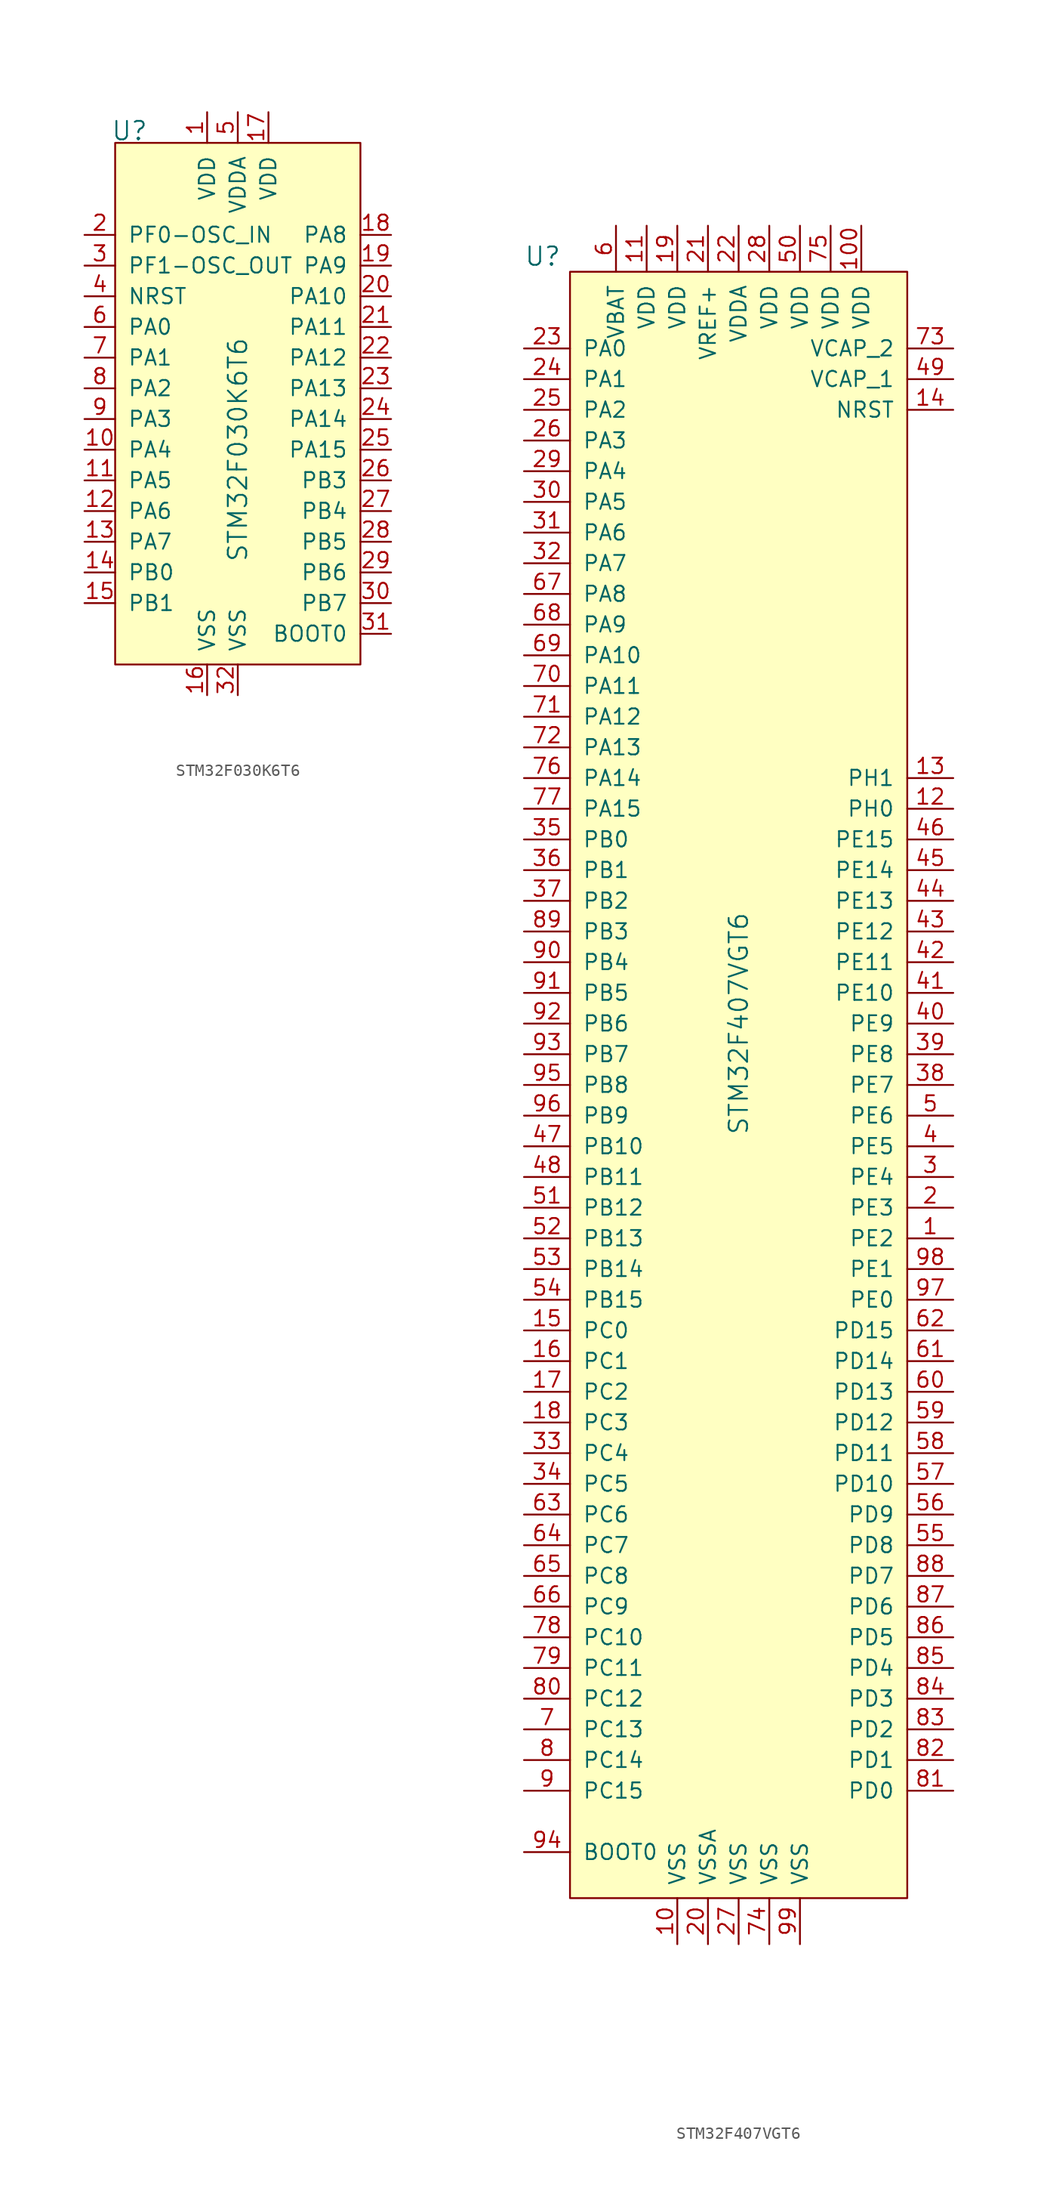
<source format=kicad_sym>
(kicad_symbol_lib
  (version 20220914)
  (generator kicad_symbol_editor)
  (symbol "STM32F030K6T6"
    (pin_names
      (offset 1.016))
    (property "Reference" "U"
      (at -8.966 18.771 0)
      (effects (font (size 1.524 1.524))))
    (property "Value" "STM32F030K6T6"
      (at 0 -7.62 90)
      (effects (font (size 1.524 1.524))))
    (symbol "STM32F030K6T6_0_1"
      (rectangle (start -10.16 17.78) (end 10.16 -25.4) (stroke (width 0) (type solid)) (fill (type background))))
    (symbol "STM32F030K6T6_1_1"
      (pin power_in line (at -2.54 20.32 270) (length 2.54) (name "VDD" (effects (font (size 1.27 1.27)))) (number "1" (effects (font (size 1.27 1.27)))))
      (pin bidirectional line (at -12.7 -7.62 0) (length 2.54) (name "PA4" (effects (font (size 1.27 1.27)))) (number "10" (effects (font (size 1.27 1.27)))))
      (pin bidirectional line (at -12.7 -10.16 0) (length 2.54) (name "PA5" (effects (font (size 1.27 1.27)))) (number "11" (effects (font (size 1.27 1.27)))))
      (pin bidirectional line (at -12.7 -12.7 0) (length 2.54) (name "PA6" (effects (font (size 1.27 1.27)))) (number "12" (effects (font (size 1.27 1.27)))))
      (pin bidirectional line (at -12.7 -15.24 0) (length 2.54) (name "PA7" (effects (font (size 1.27 1.27)))) (number "13" (effects (font (size 1.27 1.27)))))
      (pin bidirectional line (at -12.7 -17.78 0) (length 2.54) (name "PB0" (effects (font (size 1.27 1.27)))) (number "14" (effects (font (size 1.27 1.27)))))
      (pin bidirectional line (at -12.7 -20.32 0) (length 2.54) (name "PB1" (effects (font (size 1.27 1.27)))) (number "15" (effects (font (size 1.27 1.27)))))
      (pin power_in line (at -2.54 -27.94 90) (length 2.54) (name "VSS" (effects (font (size 1.27 1.27)))) (number "16" (effects (font (size 1.27 1.27)))))
      (pin power_in line (at 2.54 20.32 270) (length 2.54) (name "VDD" (effects (font (size 1.27 1.27)))) (number "17" (effects (font (size 1.27 1.27)))))
      (pin bidirectional line (at 12.7 10.16 180) (length 2.54) (name "PA8" (effects (font (size 1.27 1.27)))) (number "18" (effects (font (size 1.27 1.27)))))
      (pin bidirectional line (at 12.7 7.62 180) (length 2.54) (name "PA9" (effects (font (size 1.27 1.27)))) (number "19" (effects (font (size 1.27 1.27)))))
      (pin bidirectional line (at -12.7 10.16 0) (length 2.54) (name "PF0-OSC_IN" (effects (font (size 1.27 1.27)))) (number "2" (effects (font (size 1.27 1.27)))))
      (pin bidirectional line (at 12.7 5.08 180) (length 2.54) (name "PA10" (effects (font (size 1.27 1.27)))) (number "20" (effects (font (size 1.27 1.27)))))
      (pin bidirectional line (at 12.7 2.54 180) (length 2.54) (name "PA11" (effects (font (size 1.27 1.27)))) (number "21" (effects (font (size 1.27 1.27)))))
      (pin bidirectional line (at 12.7 0 180) (length 2.54) (name "PA12" (effects (font (size 1.27 1.27)))) (number "22" (effects (font (size 1.27 1.27)))))
      (pin bidirectional line (at 12.7 -2.54 180) (length 2.54) (name "PA13" (effects (font (size 1.27 1.27)))) (number "23" (effects (font (size 1.27 1.27)))))
      (pin bidirectional line (at 12.7 -5.08 180) (length 2.54) (name "PA14" (effects (font (size 1.27 1.27)))) (number "24" (effects (font (size 1.27 1.27)))))
      (pin bidirectional line (at 12.7 -7.62 180) (length 2.54) (name "PA15" (effects (font (size 1.27 1.27)))) (number "25" (effects (font (size 1.27 1.27)))))
      (pin bidirectional line (at 12.7 -10.16 180) (length 2.54) (name "PB3" (effects (font (size 1.27 1.27)))) (number "26" (effects (font (size 1.27 1.27)))))
      (pin bidirectional line (at 12.7 -12.7 180) (length 2.54) (name "PB4" (effects (font (size 1.27 1.27)))) (number "27" (effects (font (size 1.27 1.27)))))
      (pin bidirectional line (at 12.7 -15.24 180) (length 2.54) (name "PB5" (effects (font (size 1.27 1.27)))) (number "28" (effects (font (size 1.27 1.27)))))
      (pin bidirectional line (at 12.7 -17.78 180) (length 2.54) (name "PB6" (effects (font (size 1.27 1.27)))) (number "29" (effects (font (size 1.27 1.27)))))
      (pin bidirectional line (at -12.7 7.62 0) (length 2.54) (name "PF1-OSC_OUT" (effects (font (size 1.27 1.27)))) (number "3" (effects (font (size 1.27 1.27)))))
      (pin bidirectional line (at 12.7 -20.32 180) (length 2.54) (name "PB7" (effects (font (size 1.27 1.27)))) (number "30" (effects (font (size 1.27 1.27)))))
      (pin bidirectional line (at 12.7 -22.86 180) (length 2.54) (name "BOOT0" (effects (font (size 1.27 1.27)))) (number "31" (effects (font (size 1.27 1.27)))))
      (pin power_in line (at 0 -27.94 90) (length 2.54) (name "VSS" (effects (font (size 1.27 1.27)))) (number "32" (effects (font (size 1.27 1.27)))))
      (pin bidirectional line (at -12.7 5.08 0) (length 2.54) (name "NRST" (effects (font (size 1.27 1.27)))) (number "4" (effects (font (size 1.27 1.27)))))
      (pin power_in line (at 0 20.32 270) (length 2.54) (name "VDDA" (effects (font (size 1.27 1.27)))) (number "5" (effects (font (size 1.27 1.27)))))
      (pin bidirectional line (at -12.7 2.54 0) (length 2.54) (name "PA0" (effects (font (size 1.27 1.27)))) (number "6" (effects (font (size 1.27 1.27)))))
      (pin bidirectional line (at -12.7 0 0) (length 2.54) (name "PA1" (effects (font (size 1.27 1.27)))) (number "7" (effects (font (size 1.27 1.27)))))
      (pin bidirectional line (at -12.7 -2.54 0) (length 2.54) (name "PA2" (effects (font (size 1.27 1.27)))) (number "8" (effects (font (size 1.27 1.27)))))
      (pin bidirectional line (at -12.7 -5.08 0) (length 2.54) (name "PA3" (effects (font (size 1.27 1.27)))) (number "9" (effects (font (size 1.27 1.27)))))))
  (symbol "STM32F407VGT6"
    (pin_names
      (offset 1.016))
    (property "Reference" "U"
      (at -17.78 60.96 0)
      (effects (font (size 1.524 1.524)) (justify left)))
    (property "Value" "STM32F407VGT6"
      (at 0 -2.54 90)
      (effects (font (size 1.524 1.524))))
    (symbol "STM32F407VGT6_0_1"
      (rectangle (start -13.97 59.69) (end 13.97 -74.93) (stroke (width 0) (type solid)) (fill (type background))))
    (symbol "STM32F407VGT6_1_1"
      (pin bidirectional line (at 17.78 -20.32 180) (length 3.81) (name "PE2" (effects (font (size 1.27 1.27)))) (number "1" (effects (font (size 1.27 1.27)))))
      (pin power_in line (at -5.08 -78.74 90) (length 3.81) (name "VSS" (effects (font (size 1.27 1.27)))) (number "10" (effects (font (size 1.27 1.27)))))
      (pin power_in line (at 10.16 63.5 270) (length 3.81) (name "VDD" (effects (font (size 1.27 1.27)))) (number "100" (effects (font (size 1.27 1.27)))))
      (pin power_in line (at -7.62 63.5 270) (length 3.81) (name "VDD" (effects (font (size 1.27 1.27)))) (number "11" (effects (font (size 1.27 1.27)))))
      (pin bidirectional line (at 17.78 15.24 180) (length 3.81) (name "PH0" (effects (font (size 1.27 1.27)))) (number "12" (effects (font (size 1.27 1.27)))))
      (pin bidirectional line (at 17.78 17.78 180) (length 3.81) (name "PH1" (effects (font (size 1.27 1.27)))) (number "13" (effects (font (size 1.27 1.27)))))
      (pin bidirectional line (at 17.78 48.26 180) (length 3.81) (name "NRST" (effects (font (size 1.27 1.27)))) (number "14" (effects (font (size 1.27 1.27)))))
      (pin bidirectional line (at -17.78 -27.94 0) (length 3.81) (name "PC0" (effects (font (size 1.27 1.27)))) (number "15" (effects (font (size 1.27 1.27)))))
      (pin bidirectional line (at -17.78 -30.48 0) (length 3.81) (name "PC1" (effects (font (size 1.27 1.27)))) (number "16" (effects (font (size 1.27 1.27)))))
      (pin bidirectional line (at -17.78 -33.02 0) (length 3.81) (name "PC2" (effects (font (size 1.27 1.27)))) (number "17" (effects (font (size 1.27 1.27)))))
      (pin bidirectional line (at -17.78 -35.56 0) (length 3.81) (name "PC3" (effects (font (size 1.27 1.27)))) (number "18" (effects (font (size 1.27 1.27)))))
      (pin power_in line (at -5.08 63.5 270) (length 3.81) (name "VDD" (effects (font (size 1.27 1.27)))) (number "19" (effects (font (size 1.27 1.27)))))
      (pin bidirectional line (at 17.78 -17.78 180) (length 3.81) (name "PE3" (effects (font (size 1.27 1.27)))) (number "2" (effects (font (size 1.27 1.27)))))
      (pin power_in line (at -2.54 -78.74 90) (length 3.81) (name "VSSA" (effects (font (size 1.27 1.27)))) (number "20" (effects (font (size 1.27 1.27)))))
      (pin power_in line (at -2.54 63.5 270) (length 3.81) (name "VREF+" (effects (font (size 1.27 1.27)))) (number "21" (effects (font (size 1.27 1.27)))))
      (pin power_in line (at 0 63.5 270) (length 3.81) (name "VDDA" (effects (font (size 1.27 1.27)))) (number "22" (effects (font (size 1.27 1.27)))))
      (pin bidirectional line (at -17.78 53.34 0) (length 3.81) (name "PA0" (effects (font (size 1.27 1.27)))) (number "23" (effects (font (size 1.27 1.27)))))
      (pin bidirectional line (at -17.78 50.8 0) (length 3.81) (name "PA1" (effects (font (size 1.27 1.27)))) (number "24" (effects (font (size 1.27 1.27)))))
      (pin bidirectional line (at -17.78 48.26 0) (length 3.81) (name "PA2" (effects (font (size 1.27 1.27)))) (number "25" (effects (font (size 1.27 1.27)))))
      (pin bidirectional line (at -17.78 45.72 0) (length 3.81) (name "PA3" (effects (font (size 1.27 1.27)))) (number "26" (effects (font (size 1.27 1.27)))))
      (pin power_in line (at 0 -78.74 90) (length 3.81) (name "VSS" (effects (font (size 1.27 1.27)))) (number "27" (effects (font (size 1.27 1.27)))))
      (pin power_in line (at 2.54 63.5 270) (length 3.81) (name "VDD" (effects (font (size 1.27 1.27)))) (number "28" (effects (font (size 1.27 1.27)))))
      (pin bidirectional line (at -17.78 43.18 0) (length 3.81) (name "PA4" (effects (font (size 1.27 1.27)))) (number "29" (effects (font (size 1.27 1.27)))))
      (pin bidirectional line (at 17.78 -15.24 180) (length 3.81) (name "PE4" (effects (font (size 1.27 1.27)))) (number "3" (effects (font (size 1.27 1.27)))))
      (pin bidirectional line (at -17.78 40.64 0) (length 3.81) (name "PA5" (effects (font (size 1.27 1.27)))) (number "30" (effects (font (size 1.27 1.27)))))
      (pin bidirectional line (at -17.78 38.1 0) (length 3.81) (name "PA6" (effects (font (size 1.27 1.27)))) (number "31" (effects (font (size 1.27 1.27)))))
      (pin bidirectional line (at -17.78 35.56 0) (length 3.81) (name "PA7" (effects (font (size 1.27 1.27)))) (number "32" (effects (font (size 1.27 1.27)))))
      (pin bidirectional line (at -17.78 -38.1 0) (length 3.81) (name "PC4" (effects (font (size 1.27 1.27)))) (number "33" (effects (font (size 1.27 1.27)))))
      (pin bidirectional line (at -17.78 -40.64 0) (length 3.81) (name "PC5" (effects (font (size 1.27 1.27)))) (number "34" (effects (font (size 1.27 1.27)))))
      (pin bidirectional line (at -17.78 12.7 0) (length 3.81) (name "PB0" (effects (font (size 1.27 1.27)))) (number "35" (effects (font (size 1.27 1.27)))))
      (pin bidirectional line (at -17.78 10.16 0) (length 3.81) (name "PB1" (effects (font (size 1.27 1.27)))) (number "36" (effects (font (size 1.27 1.27)))))
      (pin bidirectional line (at -17.78 7.62 0) (length 3.81) (name "PB2" (effects (font (size 1.27 1.27)))) (number "37" (effects (font (size 1.27 1.27)))))
      (pin bidirectional line (at 17.78 -7.62 180) (length 3.81) (name "PE7" (effects (font (size 1.27 1.27)))) (number "38" (effects (font (size 1.27 1.27)))))
      (pin bidirectional line (at 17.78 -5.08 180) (length 3.81) (name "PE8" (effects (font (size 1.27 1.27)))) (number "39" (effects (font (size 1.27 1.27)))))
      (pin bidirectional line (at 17.78 -12.7 180) (length 3.81) (name "PE5" (effects (font (size 1.27 1.27)))) (number "4" (effects (font (size 1.27 1.27)))))
      (pin bidirectional line (at 17.78 -2.54 180) (length 3.81) (name "PE9" (effects (font (size 1.27 1.27)))) (number "40" (effects (font (size 1.27 1.27)))))
      (pin bidirectional line (at 17.78 0 180) (length 3.81) (name "PE10" (effects (font (size 1.27 1.27)))) (number "41" (effects (font (size 1.27 1.27)))))
      (pin bidirectional line (at 17.78 2.54 180) (length 3.81) (name "PE11" (effects (font (size 1.27 1.27)))) (number "42" (effects (font (size 1.27 1.27)))))
      (pin bidirectional line (at 17.78 5.08 180) (length 3.81) (name "PE12" (effects (font (size 1.27 1.27)))) (number "43" (effects (font (size 1.27 1.27)))))
      (pin bidirectional line (at 17.78 7.62 180) (length 3.81) (name "PE13" (effects (font (size 1.27 1.27)))) (number "44" (effects (font (size 1.27 1.27)))))
      (pin bidirectional line (at 17.78 10.16 180) (length 3.81) (name "PE14" (effects (font (size 1.27 1.27)))) (number "45" (effects (font (size 1.27 1.27)))))
      (pin bidirectional line (at 17.78 12.7 180) (length 3.81) (name "PE15" (effects (font (size 1.27 1.27)))) (number "46" (effects (font (size 1.27 1.27)))))
      (pin bidirectional line (at -17.78 -12.7 0) (length 3.81) (name "PB10" (effects (font (size 1.27 1.27)))) (number "47" (effects (font (size 1.27 1.27)))))
      (pin bidirectional line (at -17.78 -15.24 0) (length 3.81) (name "PB11" (effects (font (size 1.27 1.27)))) (number "48" (effects (font (size 1.27 1.27)))))
      (pin passive line (at 17.78 50.8 180) (length 3.81) (name "VCAP_1" (effects (font (size 1.27 1.27)))) (number "49" (effects (font (size 1.27 1.27)))))
      (pin bidirectional line (at 17.78 -10.16 180) (length 3.81) (name "PE6" (effects (font (size 1.27 1.27)))) (number "5" (effects (font (size 1.27 1.27)))))
      (pin power_in line (at 5.08 63.5 270) (length 3.81) (name "VDD" (effects (font (size 1.27 1.27)))) (number "50" (effects (font (size 1.27 1.27)))))
      (pin bidirectional line (at -17.78 -17.78 0) (length 3.81) (name "PB12" (effects (font (size 1.27 1.27)))) (number "51" (effects (font (size 1.27 1.27)))))
      (pin bidirectional line (at -17.78 -20.32 0) (length 3.81) (name "PB13" (effects (font (size 1.27 1.27)))) (number "52" (effects (font (size 1.27 1.27)))))
      (pin bidirectional line (at -17.78 -22.86 0) (length 3.81) (name "PB14" (effects (font (size 1.27 1.27)))) (number "53" (effects (font (size 1.27 1.27)))))
      (pin bidirectional line (at -17.78 -25.4 0) (length 3.81) (name "PB15" (effects (font (size 1.27 1.27)))) (number "54" (effects (font (size 1.27 1.27)))))
      (pin bidirectional line (at 17.78 -45.72 180) (length 3.81) (name "PD8" (effects (font (size 1.27 1.27)))) (number "55" (effects (font (size 1.27 1.27)))))
      (pin bidirectional line (at 17.78 -43.18 180) (length 3.81) (name "PD9" (effects (font (size 1.27 1.27)))) (number "56" (effects (font (size 1.27 1.27)))))
      (pin bidirectional line (at 17.78 -40.64 180) (length 3.81) (name "PD10" (effects (font (size 1.27 1.27)))) (number "57" (effects (font (size 1.27 1.27)))))
      (pin bidirectional line (at 17.78 -38.1 180) (length 3.81) (name "PD11" (effects (font (size 1.27 1.27)))) (number "58" (effects (font (size 1.27 1.27)))))
      (pin bidirectional line (at 17.78 -35.56 180) (length 3.81) (name "PD12" (effects (font (size 1.27 1.27)))) (number "59" (effects (font (size 1.27 1.27)))))
      (pin power_in line (at -10.16 63.5 270) (length 3.81) (name "VBAT" (effects (font (size 1.27 1.27)))) (number "6" (effects (font (size 1.27 1.27)))))
      (pin bidirectional line (at 17.78 -33.02 180) (length 3.81) (name "PD13" (effects (font (size 1.27 1.27)))) (number "60" (effects (font (size 1.27 1.27)))))
      (pin bidirectional line (at 17.78 -30.48 180) (length 3.81) (name "PD14" (effects (font (size 1.27 1.27)))) (number "61" (effects (font (size 1.27 1.27)))))
      (pin bidirectional line (at 17.78 -27.94 180) (length 3.81) (name "PD15" (effects (font (size 1.27 1.27)))) (number "62" (effects (font (size 1.27 1.27)))))
      (pin bidirectional line (at -17.78 -43.18 0) (length 3.81) (name "PC6" (effects (font (size 1.27 1.27)))) (number "63" (effects (font (size 1.27 1.27)))))
      (pin bidirectional line (at -17.78 -45.72 0) (length 3.81) (name "PC7" (effects (font (size 1.27 1.27)))) (number "64" (effects (font (size 1.27 1.27)))))
      (pin bidirectional line (at -17.78 -48.26 0) (length 3.81) (name "PC8" (effects (font (size 1.27 1.27)))) (number "65" (effects (font (size 1.27 1.27)))))
      (pin bidirectional line (at -17.78 -50.8 0) (length 3.81) (name "PC9" (effects (font (size 1.27 1.27)))) (number "66" (effects (font (size 1.27 1.27)))))
      (pin bidirectional line (at -17.78 33.02 0) (length 3.81) (name "PA8" (effects (font (size 1.27 1.27)))) (number "67" (effects (font (size 1.27 1.27)))))
      (pin bidirectional line (at -17.78 30.48 0) (length 3.81) (name "PA9" (effects (font (size 1.27 1.27)))) (number "68" (effects (font (size 1.27 1.27)))))
      (pin bidirectional line (at -17.78 27.94 0) (length 3.81) (name "PA10" (effects (font (size 1.27 1.27)))) (number "69" (effects (font (size 1.27 1.27)))))
      (pin bidirectional line (at -17.78 -60.96 0) (length 3.81) (name "PC13" (effects (font (size 1.27 1.27)))) (number "7" (effects (font (size 1.27 1.27)))))
      (pin bidirectional line (at -17.78 25.4 0) (length 3.81) (name "PA11" (effects (font (size 1.27 1.27)))) (number "70" (effects (font (size 1.27 1.27)))))
      (pin bidirectional line (at -17.78 22.86 0) (length 3.81) (name "PA12" (effects (font (size 1.27 1.27)))) (number "71" (effects (font (size 1.27 1.27)))))
      (pin bidirectional line (at -17.78 20.32 0) (length 3.81) (name "PA13" (effects (font (size 1.27 1.27)))) (number "72" (effects (font (size 1.27 1.27)))))
      (pin passive line (at 17.78 53.34 180) (length 3.81) (name "VCAP_2" (effects (font (size 1.27 1.27)))) (number "73" (effects (font (size 1.27 1.27)))))
      (pin power_in line (at 2.54 -78.74 90) (length 3.81) (name "VSS" (effects (font (size 1.27 1.27)))) (number "74" (effects (font (size 1.27 1.27)))))
      (pin power_in line (at 7.62 63.5 270) (length 3.81) (name "VDD" (effects (font (size 1.27 1.27)))) (number "75" (effects (font (size 1.27 1.27)))))
      (pin bidirectional line (at -17.78 17.78 0) (length 3.81) (name "PA14" (effects (font (size 1.27 1.27)))) (number "76" (effects (font (size 1.27 1.27)))))
      (pin bidirectional line (at -17.78 15.24 0) (length 3.81) (name "PA15" (effects (font (size 1.27 1.27)))) (number "77" (effects (font (size 1.27 1.27)))))
      (pin bidirectional line (at -17.78 -53.34 0) (length 3.81) (name "PC10" (effects (font (size 1.27 1.27)))) (number "78" (effects (font (size 1.27 1.27)))))
      (pin bidirectional line (at -17.78 -55.88 0) (length 3.81) (name "PC11" (effects (font (size 1.27 1.27)))) (number "79" (effects (font (size 1.27 1.27)))))
      (pin bidirectional line (at -17.78 -63.5 0) (length 3.81) (name "PC14" (effects (font (size 1.27 1.27)))) (number "8" (effects (font (size 1.27 1.27)))))
      (pin bidirectional line (at -17.78 -58.42 0) (length 3.81) (name "PC12" (effects (font (size 1.27 1.27)))) (number "80" (effects (font (size 1.27 1.27)))))
      (pin bidirectional line (at 17.78 -66.04 180) (length 3.81) (name "PD0" (effects (font (size 1.27 1.27)))) (number "81" (effects (font (size 1.27 1.27)))))
      (pin bidirectional line (at 17.78 -63.5 180) (length 3.81) (name "PD1" (effects (font (size 1.27 1.27)))) (number "82" (effects (font (size 1.27 1.27)))))
      (pin bidirectional line (at 17.78 -60.96 180) (length 3.81) (name "PD2" (effects (font (size 1.27 1.27)))) (number "83" (effects (font (size 1.27 1.27)))))
      (pin bidirectional line (at 17.78 -58.42 180) (length 3.81) (name "PD3" (effects (font (size 1.27 1.27)))) (number "84" (effects (font (size 1.27 1.27)))))
      (pin bidirectional line (at 17.78 -55.88 180) (length 3.81) (name "PD4" (effects (font (size 1.27 1.27)))) (number "85" (effects (font (size 1.27 1.27)))))
      (pin bidirectional line (at 17.78 -53.34 180) (length 3.81) (name "PD5" (effects (font (size 1.27 1.27)))) (number "86" (effects (font (size 1.27 1.27)))))
      (pin bidirectional line (at 17.78 -50.8 180) (length 3.81) (name "PD6" (effects (font (size 1.27 1.27)))) (number "87" (effects (font (size 1.27 1.27)))))
      (pin bidirectional line (at 17.78 -48.26 180) (length 3.81) (name "PD7" (effects (font (size 1.27 1.27)))) (number "88" (effects (font (size 1.27 1.27)))))
      (pin bidirectional line (at -17.78 5.08 0) (length 3.81) (name "PB3" (effects (font (size 1.27 1.27)))) (number "89" (effects (font (size 1.27 1.27)))))
      (pin bidirectional line (at -17.78 -66.04 0) (length 3.81) (name "PC15" (effects (font (size 1.27 1.27)))) (number "9" (effects (font (size 1.27 1.27)))))
      (pin bidirectional line (at -17.78 2.54 0) (length 3.81) (name "PB4" (effects (font (size 1.27 1.27)))) (number "90" (effects (font (size 1.27 1.27)))))
      (pin bidirectional line (at -17.78 0 0) (length 3.81) (name "PB5" (effects (font (size 1.27 1.27)))) (number "91" (effects (font (size 1.27 1.27)))))
      (pin bidirectional line (at -17.78 -2.54 0) (length 3.81) (name "PB6" (effects (font (size 1.27 1.27)))) (number "92" (effects (font (size 1.27 1.27)))))
      (pin bidirectional line (at -17.78 -5.08 0) (length 3.81) (name "PB7" (effects (font (size 1.27 1.27)))) (number "93" (effects (font (size 1.27 1.27)))))
      (pin input line (at -17.78 -71.12 0) (length 3.81) (name "BOOT0" (effects (font (size 1.27 1.27)))) (number "94" (effects (font (size 1.27 1.27)))))
      (pin bidirectional line (at -17.78 -7.62 0) (length 3.81) (name "PB8" (effects (font (size 1.27 1.27)))) (number "95" (effects (font (size 1.27 1.27)))))
      (pin bidirectional line (at -17.78 -10.16 0) (length 3.81) (name "PB9" (effects (font (size 1.27 1.27)))) (number "96" (effects (font (size 1.27 1.27)))))
      (pin bidirectional line (at 17.78 -25.4 180) (length 3.81) (name "PE0" (effects (font (size 1.27 1.27)))) (number "97" (effects (font (size 1.27 1.27)))))
      (pin bidirectional line (at 17.78 -22.86 180) (length 3.81) (name "PE1" (effects (font (size 1.27 1.27)))) (number "98" (effects (font (size 1.27 1.27)))))
      (pin power_in line (at 5.08 -78.74 90) (length 3.81) (name "VSS" (effects (font (size 1.27 1.27)))) (number "99" (effects (font (size 1.27 1.27))))))))
</source>
